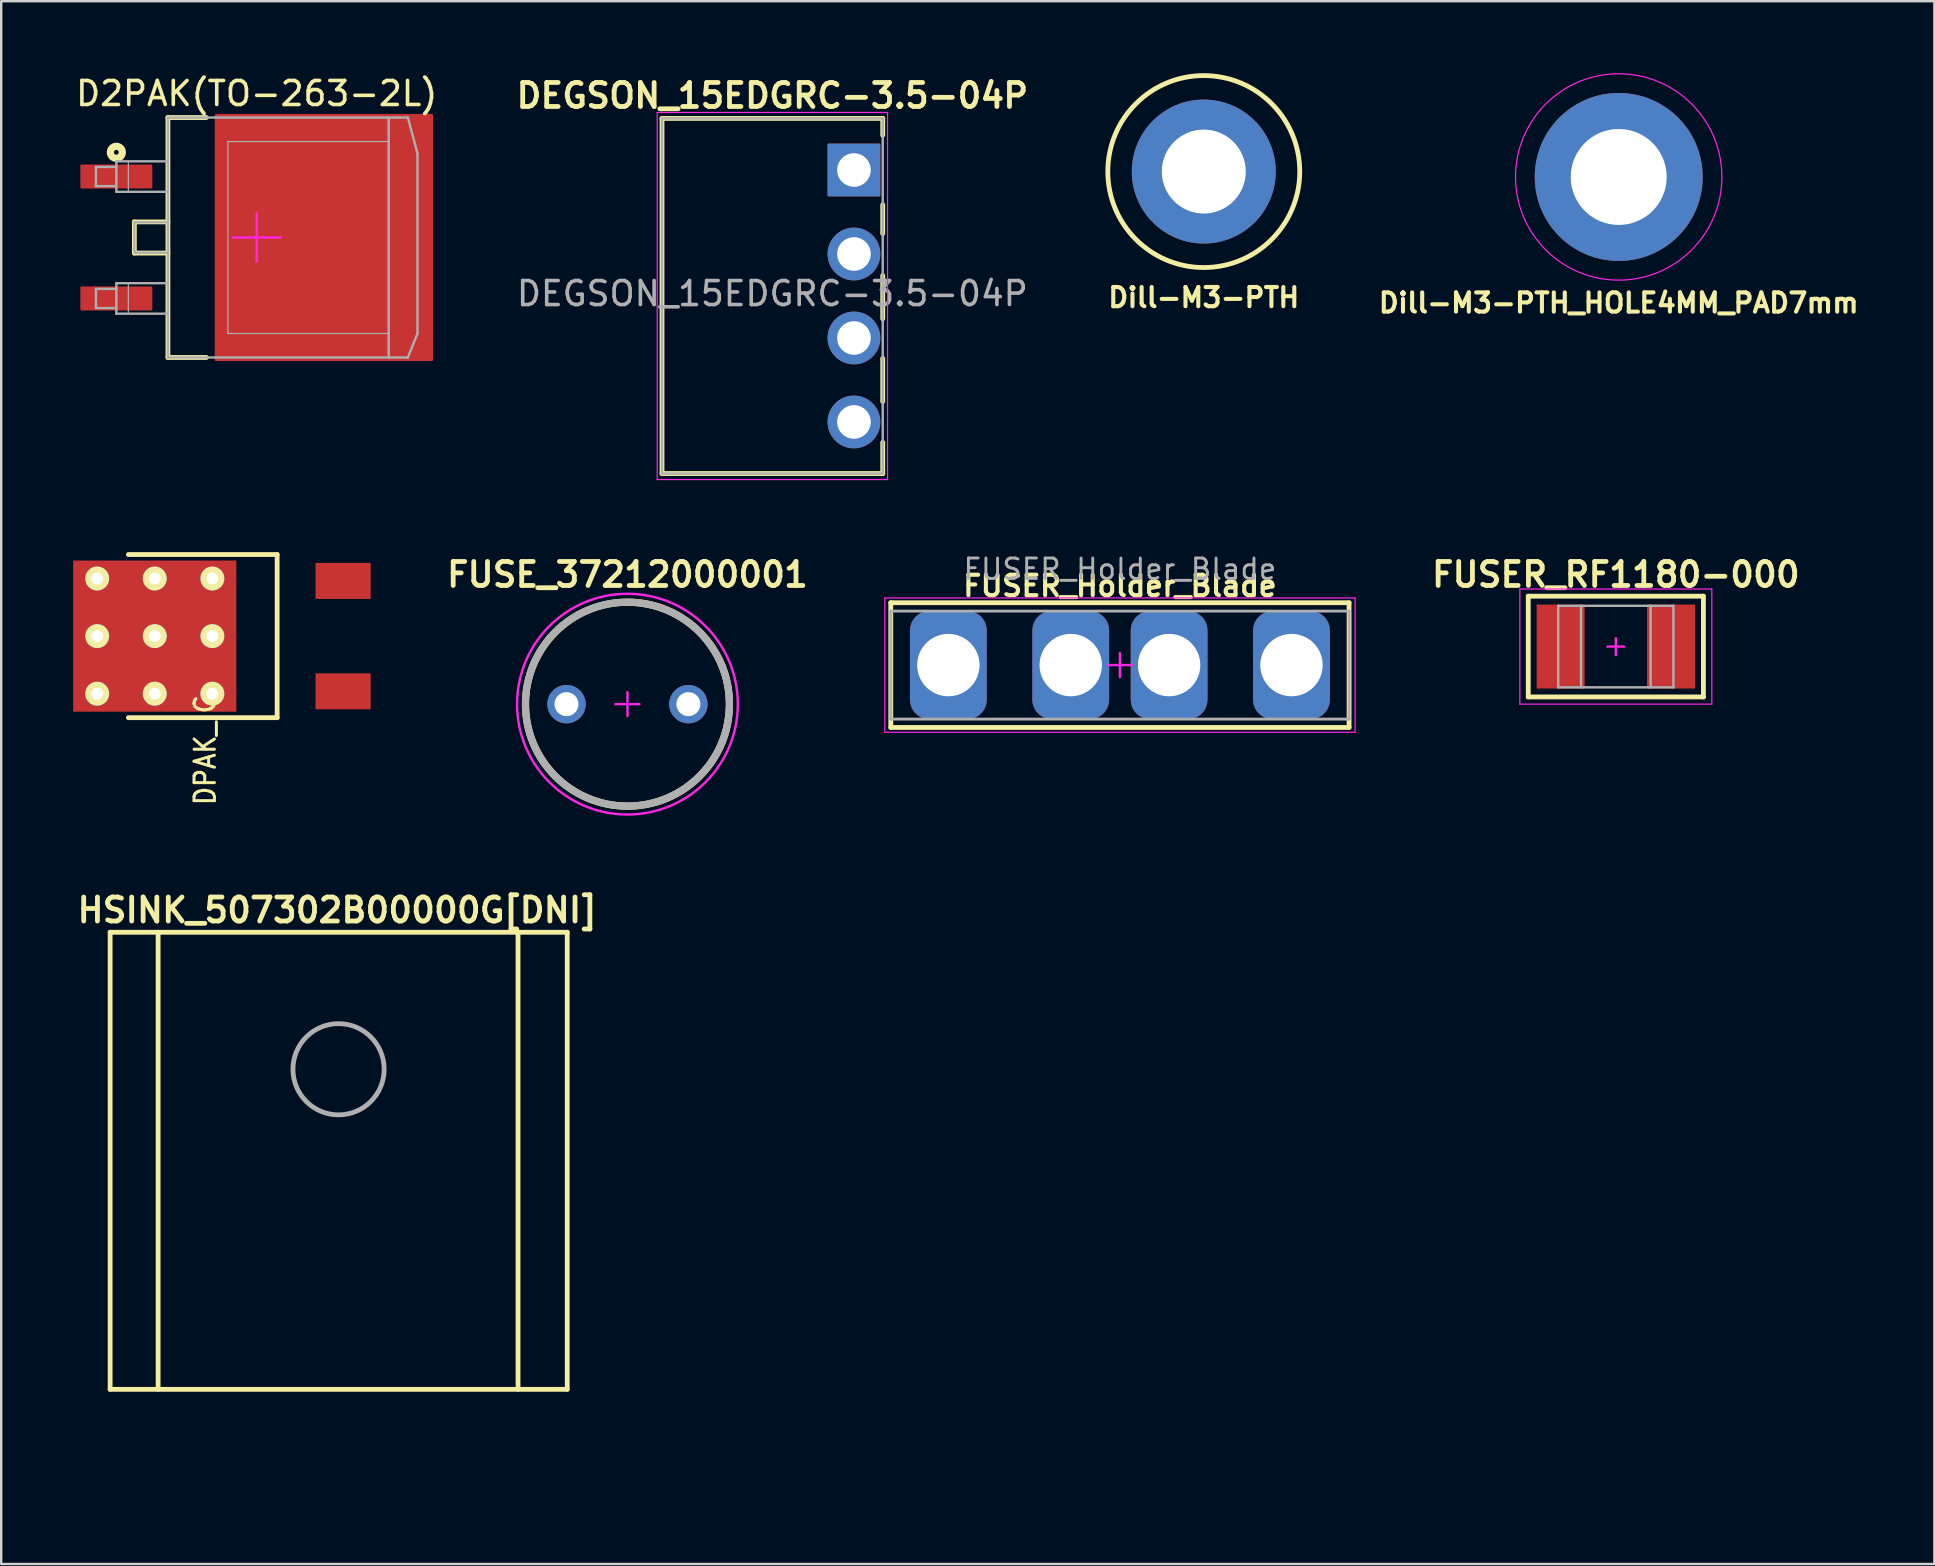
<source format=kicad_pcb>
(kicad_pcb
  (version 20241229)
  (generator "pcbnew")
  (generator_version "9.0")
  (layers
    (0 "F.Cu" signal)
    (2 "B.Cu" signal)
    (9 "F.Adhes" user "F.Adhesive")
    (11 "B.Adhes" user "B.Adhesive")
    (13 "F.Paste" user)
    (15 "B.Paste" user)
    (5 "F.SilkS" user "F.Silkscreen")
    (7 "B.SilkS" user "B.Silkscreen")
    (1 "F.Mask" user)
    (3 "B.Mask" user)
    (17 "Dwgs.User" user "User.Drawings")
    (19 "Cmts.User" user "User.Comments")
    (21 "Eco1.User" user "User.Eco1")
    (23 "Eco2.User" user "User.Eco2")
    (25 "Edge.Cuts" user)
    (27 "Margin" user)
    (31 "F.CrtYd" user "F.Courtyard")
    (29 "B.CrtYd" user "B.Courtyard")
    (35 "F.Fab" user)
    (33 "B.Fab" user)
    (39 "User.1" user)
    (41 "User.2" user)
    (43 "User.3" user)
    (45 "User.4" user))
  (footprint "FUSER_RF1180-000"
    (layer "F.Cu")
    (at 64.293 23.897)
    (property "Reference" "FUSER_RF1180-000" (at 0 -3 0) (layer "F.SilkS") (effects (font (size 1 1) (thickness 0.2))))
    (attr through_hole)
    (fp_line (start -3.25 -1.7) (end -1.35 -1.7) (stroke (width 0.1) (type solid)) (layer "F.Cu"))
    (fp_line (start -3.25 1.7) (end -3.25 -1.7) (stroke (width 0.1) (type solid)) (layer "F.Cu"))
    (fp_line (start -1.35 -1.7) (end -1.35 1.7) (stroke (width 0.1) (type solid)) (layer "F.Cu"))
    (fp_line (start -1.35 1.7) (end -3.25 1.7) (stroke (width 0.1) (type solid)) (layer "F.Cu"))
    (fp_line (start 1.35 -1.7) (end 3.25 -1.7) (stroke (width 0.1) (type solid)) (layer "F.Cu"))
    (fp_line (start 1.35 1.7) (end 1.35 -1.7) (stroke (width 0.1) (type solid)) (layer "F.Cu"))
    (fp_line (start 3.25 -1.7) (end 3.25 1.7) (stroke (width 0.1) (type solid)) (layer "F.Cu"))
    (fp_line (start 3.25 1.7) (end 1.35 1.7) (stroke (width 0.1) (type solid)) (layer "F.Cu"))
    (fp_line (start -3.25 -1.7) (end -3.25 1.7) (stroke (width 0.3) (type solid)) (layer "F.Mask"))
    (fp_line (start -3.25 1.7) (end -1.35 1.7) (stroke (width 0.3) (type solid)) (layer "F.Mask"))
    (fp_line (start -1.35 -1.7) (end -3.25 -1.7) (stroke (width 0.3) (type solid)) (layer "F.Mask"))
    (fp_line (start -1.35 1.7) (end -1.35 -1.7) (stroke (width 0.3) (type solid)) (layer "F.Mask"))
    (fp_line (start 1.35 -1.7) (end 1.35 1.7) (stroke (width 0.3) (type solid)) (layer "F.Mask"))
    (fp_line (start 1.35 1.7) (end 3.25 1.7) (stroke (width 0.3) (type solid)) (layer "F.Mask"))
    (fp_line (start 3.25 -1.7) (end 1.35 -1.7) (stroke (width 0.3) (type solid)) (layer "F.Mask"))
    (fp_line (start 3.25 1.7) (end 3.25 -1.7) (stroke (width 0.3) (type solid)) (layer "F.Mask"))
    (fp_line (start -3.65 -2.1) (end -3.65 2.1) (stroke (width 0.2) (type solid)) (layer "F.SilkS"))
    (fp_line (start -3.65 -2.1) (end 3.65 -2.1) (stroke (width 0.2) (type solid)) (layer "F.SilkS"))
    (fp_line (start 3.65 -2.1) (end 3.65 2.1) (stroke (width 0.2) (type solid)) (layer "F.SilkS"))
    (fp_line (start 3.65 2.1) (end -3.65 2.1) (stroke (width 0.2) (type solid)) (layer "F.SilkS"))
    (fp_line (start -3.25 -1.7) (end -1.35 -1.7) (stroke (width 0.05) (type solid)) (layer "F.Paste"))
    (fp_line (start -3.25 1.7) (end -3.25 -1.7) (stroke (width 0.05) (type solid)) (layer "F.Paste"))
    (fp_line (start -1.35 -1.7) (end -1.35 1.7) (stroke (width 0.05) (type solid)) (layer "F.Paste"))
    (fp_line (start -1.35 1.7) (end -3.25 1.7) (stroke (width 0.05) (type solid)) (layer "F.Paste"))
    (fp_line (start 1.35 -1.7) (end 3.25 -1.7) (stroke (width 0.05) (type solid)) (layer "F.Paste"))
    (fp_line (start 1.35 1.7) (end 1.35 -1.7) (stroke (width 0.05) (type solid)) (layer "F.Paste"))
    (fp_line (start 3.25 -1.7) (end 3.25 1.7) (stroke (width 0.05) (type solid)) (layer "F.Paste"))
    (fp_line (start 3.25 1.7) (end 1.35 1.7) (stroke (width 0.05) (type solid)) (layer "F.Paste"))
    (fp_line (start -4 -2.4) (end 4 -2.4) (stroke (width 0.05) (type solid)) (layer "F.CrtYd"))
    (fp_line (start -4 2.4) (end -4 -2.4) (stroke (width 0.05) (type solid)) (layer "F.CrtYd"))
    (fp_line (start -0.35 0) (end 0.35 0) (stroke (width 0.1) (type solid)) (layer "F.CrtYd"))
    (fp_line (start 0 -0.35) (end 0 0.35) (stroke (width 0.1) (type solid)) (layer "F.CrtYd"))
    (fp_line (start 4 -2.4) (end 4 2.4) (stroke (width 0.05) (type solid)) (layer "F.CrtYd"))
    (fp_line (start 4 2.4) (end -4 2.4) (stroke (width 0.05) (type solid)) (layer "F.CrtYd"))
    (fp_line (start -2.4 -1.7) (end -2.4 1.7) (stroke (width 0.1) (type solid)) (layer "F.Fab"))
    (fp_line (start -2.4 1.7) (end 2.4 1.7) (stroke (width 0.1) (type solid)) (layer "F.Fab"))
    (fp_line (start -1.45 -1.7) (end -1.45 1.7) (stroke (width 0.1) (type solid)) (layer "F.Fab"))
    (fp_line (start 1.45 -1.7) (end 1.45 1.7) (stroke (width 0.1) (type solid)) (layer "F.Fab"))
    (fp_line (start 2.4 -1.7) (end -2.4 -1.7) (stroke (width 0.1) (type solid)) (layer "F.Fab"))
    (fp_line (start 2.4 1.7) (end 2.4 -1.7) (stroke (width 0.1) (type solid)) (layer "F.Fab"))
    (pad "1" smd rect (at -2.3 0) (size 1.9 3.4) (layers "F.Cu" "F.Mask" "F.Paste"))
    (pad "2" smd rect (at 2.3 0) (size 1.9 3.4) (layers "F.Cu" "F.Mask" "F.Paste")))
  (footprint "Dill-M3-PTH"
    (layer "F.Cu")
    (at 47.12 4.1)
    (property "Reference" "Dill-M3-PTH" (at 0 5.25 0) (layer "F.SilkS") (effects (font (size 0.8 0.8) (thickness 0.17))))
    (attr through_hole)
    (fp_circle (center 0 0) (end 4 0) (stroke (width 0.2) (type solid)) (fill no) (layer "F.SilkS"))
    (pad "" thru_hole circle (at 0 0) (size 6 6) (drill 3.5) (layers "*.Cu" "*.Mask")))
  (footprint "HSINK_507302B00000G[DNI]"
    (layer "F.Cu")
    (at 11.06 58.883)
    (property "Reference" "HSINK_507302B00000G[DNI]" (at -0.05 -24 0) (layer "F.SilkS") (effects (font (size 1 1) (thickness 0.2))))
    (attr through_hole)
    (fp_line (start -9.52 -23.08) (end 9.53 -23.08) (stroke (width 0.2) (type solid)) (layer "F.SilkS"))
    (fp_line (start -9.52 -4.03) (end -9.52 -23.08) (stroke (width 0.2) (type solid)) (layer "F.SilkS"))
    (fp_line (start -9.52 -4.03) (end 9.53 -4.03) (stroke (width 0.2) (type solid)) (layer "F.SilkS"))
    (fp_line (start -7.52 -4.03) (end -7.52 -23.08) (stroke (width 0.2) (type solid)) (layer "F.SilkS"))
    (fp_line (start 7.48 -4.03) (end 7.48 -23.08) (stroke (width 0.2) (type solid)) (layer "F.SilkS"))
    (fp_line (start 9.53 -4.03) (end 9.53 -23.08) (stroke (width 0.2) (type solid)) (layer "F.SilkS"))
    (fp_circle (center 0 -17.37) (end 1.9 -17.42) (stroke (width 0.2) (type solid)) (fill no) (layer "F.Fab")))
  (footprint "Dill-M3-PTH_HOLE4MM_PAD7mm"
    (layer "F.Cu")
    (at 64.413 4.325)
    (property "Reference" "Dill-M3-PTH_HOLE4MM_PAD7mm" (at 0 5.25 0) (layer "F.SilkS") (effects (font (size 0.8 0.8) (thickness 0.17))))
    (attr through_hole)
    (fp_line (start -0.5 0) (end 0.5 0) (stroke (width 0.1) (type solid)) (layer "F.CrtYd"))
    (fp_line (start 0 -0.5) (end 0 0.5) (stroke (width 0.1) (type solid)) (layer "F.CrtYd"))
    (fp_circle (center 0 0) (end 4.3 0) (stroke (width 0.05) (type solid)) (fill no) (layer "F.CrtYd"))
    (pad "1" thru_hole circle (at 0 0) (size 7 7) (drill 4) (layers "*.Cu" "*.Mask")))
  (footprint "DPAK_IC"
    (layer "F.Cu")
    (at 6.2 23.461)
    (property "Reference" "DPAK_IC" (at -0.7 4.75 90) (layer "F.SilkS") (effects (font (size 0.85 0.75) (thickness 0.125))))
    (attr through_hole)
    (fp_line (start 2.3 -3.4) (end -3.9 -3.4) (stroke (width 0.2) (type solid)) (layer "F.SilkS"))
    (fp_line (start 2.3 -3.4) (end 2.3 3.4) (stroke (width 0.2) (type solid)) (layer "F.SilkS"))
    (fp_line (start 2.3 3.4) (end -3.9 3.4) (stroke (width 0.2) (type solid)) (layer "F.SilkS"))
    (pad "1" smd rect (at 5.05 2.3 90) (size 1.5 2.3) (layers "F.Cu" "F.Mask" "F.Paste"))
    (pad "2" thru_hole circle (at -5.2 -2.4) (size 1 1) (drill 0.5) (layers "*.Cu" "*.Mask" "F.SilkS"))
    (pad "2" thru_hole circle (at -5.2 0) (size 1 1) (drill 0.5) (layers "*.Cu" "*.Mask" "F.SilkS"))
    (pad "2" thru_hole circle (at -5.2 2.4) (size 1 1) (drill 0.5) (layers "*.Cu" "*.Mask" "F.SilkS"))
    (pad "2" thru_hole circle (at -2.8 -2.4) (size 1 1) (drill 0.5) (layers "*.Cu" "*.Mask" "F.SilkS"))
    (pad "2" thru_hole circle (at -2.8 0) (size 1 1) (drill 0.5) (layers "*.Cu" "*.Mask" "F.SilkS"))
    (pad "2" smd rect (at -2.8 0 90) (size 6.3 6.8) (layers "F.Cu" "F.Mask" "F.Paste"))
    (pad "2" thru_hole circle (at -2.8 2.4) (size 1 1) (drill 0.5) (layers "*.Cu" "*.Mask" "F.SilkS"))
    (pad "2" thru_hole circle (at -0.4 -2.4) (size 1 1) (drill 0.5) (layers "*.Cu" "*.Mask" "F.SilkS"))
    (pad "2" thru_hole circle (at -0.4 0) (size 1 1) (drill 0.5) (layers "*.Cu" "*.Mask" "F.SilkS"))
    (pad "2" thru_hole circle (at -0.4 2.4) (size 1 1) (drill 0.5) (layers "*.Cu" "*.Mask" "F.SilkS"))
    (pad "3" smd rect (at 5.05 -2.3 90) (size 1.5 2.3) (layers "F.Cu" "F.Mask" "F.Paste")))
  (footprint "FUSE_37212000001"
    (layer "F.Cu")
    (at 23.1 26.297)
    (property "Reference" "FUSE_37212000001" (at 0 -5.4 0) (layer "F.SilkS") (effects (font (size 1 1) (thickness 0.2))))
    (attr through_hole)
    (fp_circle (center 0 0) (end 4.25 0) (stroke (width 0.3) (type solid)) (fill no) (layer "F.SilkS"))
    (fp_line (start -0.5 0) (end 0.5 0) (stroke (width 0.1) (type solid)) (layer "F.CrtYd"))
    (fp_line (start 0 -0.5) (end 0 0.5) (stroke (width 0.1) (type solid)) (layer "F.CrtYd"))
    (fp_circle (center 0 0) (end 4.6 0) (stroke (width 0.1) (type solid)) (fill no) (layer "F.CrtYd"))
    (fp_circle (center 0 0) (end 4.25 0) (stroke (width 0.3) (type solid)) (fill no) (layer "F.Fab"))
    (pad "1" thru_hole circle (at -2.54 0) (size 1.6 1.6) (drill 1) (layers "*.Cu" "*.Mask"))
    (pad "2" thru_hole circle (at 2.54 0) (size 1.6 1.6) (drill 1) (layers "*.Cu" "*.Mask")))
  (footprint "DEGSON_15EDGRC-3.5-04P"
    (layer "F.Cu")
    (at 24.54 9.286)
    (property "Reference" "DEGSON_15EDGRC-3.5-04P" (at 4.6 -8.35 0) (layer "F.SilkS") (effects (font (size 1 1) (thickness 0.2))))
    (attr through_hole)
    (fp_line (start 0 -7.4) (end 9.2 -7.4) (stroke (width 0.2) (type solid)) (layer "F.SilkS"))
    (fp_line (start 0 7.4) (end 0 -7.4) (stroke (width 0.2) (type solid)) (layer "F.SilkS"))
    (fp_line (start 0 7.4) (end 9.2 7.4) (stroke (width 0.2) (type solid)) (layer "F.SilkS"))
    (fp_line (start 9.2 -7.4) (end 9.2 -6.7) (stroke (width 0.2) (type solid)) (layer "F.SilkS"))
    (fp_line (start 9.2 -3.8) (end 9.2 -2.6) (stroke (width 0.2) (type solid)) (layer "F.SilkS"))
    (fp_line (start 9.2 -0.85) (end 9.2 0.95) (stroke (width 0.2) (type solid)) (layer "F.SilkS"))
    (fp_line (start 9.2 2.6) (end 9.2 4.4) (stroke (width 0.2) (type solid)) (layer "F.SilkS"))
    (fp_line (start 9.2 7.4) (end 9.2 6.1) (stroke (width 0.2) (type solid)) (layer "F.SilkS"))
    (fp_line (start -0.2 -7.65) (end 9.4 -7.65) (stroke (width 0.05) (type solid)) (layer "F.CrtYd"))
    (fp_line (start -0.2 7.65) (end -0.2 -7.65) (stroke (width 0.05) (type solid)) (layer "F.CrtYd"))
    (fp_line (start 9.4 -7.65) (end 9.4 7.65) (stroke (width 0.05) (type solid)) (layer "F.CrtYd"))
    (fp_line (start 9.4 7.65) (end -0.2 7.65) (stroke (width 0.05) (type solid)) (layer "F.CrtYd"))
    (fp_line (start 0 -7.4) (end 9.2 -7.4) (stroke (width 0.1) (type solid)) (layer "F.Fab"))
    (fp_line (start 0 7.4) (end 0 -7.4) (stroke (width 0.1) (type solid)) (layer "F.Fab"))
    (fp_line (start 9.2 -7.4) (end 9.2 7.4) (stroke (width 0.1) (type solid)) (layer "F.Fab"))
    (fp_line (start 9.2 7.4) (end 0 7.4) (stroke (width 0.1) (type solid)) (layer "F.Fab"))
    (fp_text user "${REFERENCE}" (at 4.6 -0.1 0) (layer "F.Fab") (effects (font (size 1 1) (thickness 0.15))))
    (pad "1" thru_hole roundrect (at 8 -5.25) (size 2.2 2.2) (drill 1.4) (layers "*.Cu" "*.Mask") (roundrect_rratio 0.023))
    (pad "2" thru_hole circle (at 8 -1.75) (size 2.2 2.2) (drill 1.4) (layers "*.Cu" "*.Mask"))
    (pad "3" thru_hole circle (at 8 1.75) (size 2.2 2.2) (drill 1.4) (layers "*.Cu" "*.Mask"))
    (pad "4" thru_hole circle (at 8 5.25) (size 2.2 2.2) (drill 1.4) (layers "*.Cu" "*.Mask")))
  (footprint "D2PAK(TO-263-2L)"
    (layer "F.Cu")
    (at 7.649 6.848)
    (property "Reference" "D2PAK(TO-263-2L)" (at 0 -6 0) (layer "F.SilkS") (effects (font (size 1 1) (thickness 0.15))))
    (attr through_hole)
    (fp_line (start -5.1 -0.65) (end -3.7 -0.65) (stroke (width 0.2) (type solid)) (layer "F.SilkS"))
    (fp_line (start -5.1 0.65) (end -5.1 -0.65) (stroke (width 0.2) (type solid)) (layer "F.SilkS"))
    (fp_line (start -3.7 -5) (end -3.7 5) (stroke (width 0.2) (type solid)) (layer "F.SilkS"))
    (fp_line (start -3.7 -5) (end -2.1 -5) (stroke (width 0.2) (type solid)) (layer "F.SilkS"))
    (fp_line (start -3.7 0.65) (end -5.1 0.65) (stroke (width 0.2) (type solid)) (layer "F.SilkS"))
    (fp_line (start -3.7 5) (end -2.1 5) (stroke (width 0.2) (type solid)) (layer "F.SilkS"))
    (fp_circle (center -5.85 -3.55) (end -5.75 -3.55) (stroke (width 0.3) (type solid)) (fill no) (layer "F.SilkS"))
    (fp_line (start 0 -1) (end 0 1) (stroke (width 0.1) (type solid)) (layer "F.CrtYd"))
    (fp_line (start 1 0) (end -1 0) (stroke (width 0.1) (type solid)) (layer "F.CrtYd"))
    (fp_line (start -6.7 -2.94) (end -6.7 -2.14) (stroke (width 0.1) (type solid)) (layer "F.Fab"))
    (fp_line (start -6.7 -2.94) (end -5.85 -2.94) (stroke (width 0.1) (type solid)) (layer "F.Fab"))
    (fp_line (start -6.7 -2.14) (end -5.85 -2.14) (stroke (width 0.1) (type solid)) (layer "F.Fab"))
    (fp_line (start -6.7 2.14) (end -6.7 2.94) (stroke (width 0.1) (type solid)) (layer "F.Fab"))
    (fp_line (start -6.7 2.14) (end -5.85 2.14) (stroke (width 0.1) (type solid)) (layer "F.Fab"))
    (fp_line (start -6.7 2.94) (end -5.85 2.94) (stroke (width 0.1) (type solid)) (layer "F.Fab"))
    (fp_line (start -5.85 -3.175) (end -5.85 -1.905) (stroke (width 0.1) (type solid)) (layer "F.Fab"))
    (fp_line (start -5.85 1.905) (end -5.85 3.175) (stroke (width 0.1) (type solid)) (layer "F.Fab"))
    (fp_line (start -5.35 -3.175) (end -5.35 -1.905) (stroke (width 0.05) (type solid)) (layer "F.Fab"))
    (fp_line (start -5.35 1.905) (end -5.35 3.175) (stroke (width 0.05) (type solid)) (layer "F.Fab"))
    (fp_line (start -5.1 -0.635) (end -5.1 0.635) (stroke (width 0.1) (type solid)) (layer "F.Fab"))
    (fp_line (start -3.7 -5) (end -3.7 5) (stroke (width 0.1) (type solid)) (layer "F.Fab"))
    (fp_line (start -3.7 -5) (end 6.3 -5) (stroke (width 0.1) (type solid)) (layer "F.Fab"))
    (fp_line (start -3.7 -3.175) (end -5.85 -3.175) (stroke (width 0.1) (type solid)) (layer "F.Fab"))
    (fp_line (start -3.7 -1.905) (end -5.85 -1.905) (stroke (width 0.1) (type solid)) (layer "F.Fab"))
    (fp_line (start -3.7 -0.635) (end -5.1 -0.635) (stroke (width 0.1) (type solid)) (layer "F.Fab"))
    (fp_line (start -3.7 0.635) (end -5.1 0.635) (stroke (width 0.1) (type solid)) (layer "F.Fab"))
    (fp_line (start -3.7 1.905) (end -5.85 1.905) (stroke (width 0.1) (type solid)) (layer "F.Fab"))
    (fp_line (start -3.7 3.175) (end -5.85 3.175) (stroke (width 0.1) (type solid)) (layer "F.Fab"))
    (fp_line (start -3.7 5) (end 6.3 5) (stroke (width 0.1) (type solid)) (layer "F.Fab"))
    (fp_line (start -1.2 -4) (end -1.2 4) (stroke (width 0.05) (type solid)) (layer "F.Fab"))
    (fp_line (start 5.5 -5) (end 5.5 5) (stroke (width 0.1) (type solid)) (layer "F.Fab"))
    (fp_line (start 5.5 -4) (end -1.2 -4) (stroke (width 0.05) (type solid)) (layer "F.Fab"))
    (fp_line (start 5.5 4) (end -1.2 4) (stroke (width 0.05) (type solid)) (layer "F.Fab"))
    (fp_line (start 6.3 -5) (end 6.7 -3.5) (stroke (width 0.1) (type solid)) (layer "F.Fab"))
    (fp_line (start 6.7 -3.5) (end 6.7 4) (stroke (width 0.1) (type solid)) (layer "F.Fab"))
    (fp_line (start 6.7 4) (end 6.3 5) (stroke (width 0.1) (type solid)) (layer "F.Fab"))
    (pad "D" smd roundrect (at 2.8 0) (size 9.1 10.3) (layers "F.Cu" "F.Mask" "F.Paste") (roundrect_rratio 0.006))
    (pad "G" smd roundrect (at -5.85 -2.54) (size 3 1) (layers "F.Cu" "F.Mask" "F.Paste") (roundrect_rratio 0.05))
    (pad "S" smd roundrect (at -5.85 2.54) (size 3 1) (layers "F.Cu" "F.Mask" "F.Paste") (roundrect_rratio 0.05)))
  (footprint "FUSER_Holder_Blade"
    (layer "F.Cu")
    (at 43.625 24.669)
    (property "Reference" "FUSER_Holder_Blade" (at 0 -3.3 0) (layer "F.SilkS") (effects (font (size 0.85 0.85) (thickness 0.17))))
    (attr through_hole)
    (fp_line (start -9.55 -2.6) (end -9.55 2.6) (stroke (width 0.2) (type solid)) (layer "F.SilkS"))
    (fp_line (start -9.55 2.6) (end 9.55 2.6) (stroke (width 0.2) (type solid)) (layer "F.SilkS"))
    (fp_line (start 9.55 -2.6) (end -9.55 -2.6) (stroke (width 0.2) (type solid)) (layer "F.SilkS"))
    (fp_line (start 9.55 2.6) (end 9.55 -2.6) (stroke (width 0.2) (type solid)) (layer "F.SilkS"))
    (fp_line (start -9.8 -2.8) (end 9.8 -2.8) (stroke (width 0.05) (type solid)) (layer "F.CrtYd"))
    (fp_line (start -9.8 2.8) (end -9.8 -2.8) (stroke (width 0.05) (type solid)) (layer "F.CrtYd"))
    (fp_line (start -0.5 0) (end 0.5 0) (stroke (width 0.1) (type solid)) (layer "F.CrtYd"))
    (fp_line (start 0 -0.5) (end 0 0.5) (stroke (width 0.1) (type solid)) (layer "F.CrtYd"))
    (fp_line (start 9.8 -2.8) (end 9.8 2.8) (stroke (width 0.05) (type solid)) (layer "F.CrtYd"))
    (fp_line (start 9.8 2.8) (end -9.8 2.8) (stroke (width 0.05) (type solid)) (layer "F.CrtYd"))
    (fp_line (start -9.55 -2.25) (end -9.55 2.25) (stroke (width 0.12) (type solid)) (layer "F.Fab"))
    (fp_line (start -9.55 -2.25) (end 9.55 -2.25) (stroke (width 0.12) (type solid)) (layer "F.Fab"))
    (fp_line (start -9.55 2.25) (end 9.55 2.25) (stroke (width 0.12) (type solid)) (layer "F.Fab"))
    (fp_line (start 9.55 -2.25) (end 9.55 2.25) (stroke (width 0.12) (type solid)) (layer "F.Fab"))
    (fp_text user "${REFERENCE}" (at 0 -4 0) (layer "F.Fab") (effects (font (size 0.85 0.85) (thickness 0.12))))
    (pad "1" thru_hole roundrect (at -7.15 0) (size 3.2 4.5) (drill 2.6) (layers "*.Cu" "*.Mask") (roundrect_rratio 0.25))
    (pad "1" thru_hole roundrect (at -2.05 0) (size 3.2 4.5) (drill 2.6) (layers "*.Cu" "*.Mask") (roundrect_rratio 0.25))
    (pad "2" thru_hole roundrect (at 2.05 0) (size 3.2 4.5) (drill 2.6) (layers "*.Cu" "*.Mask") (roundrect_rratio 0.25))
    (pad "2" thru_hole roundrect (at 7.15 0) (size 3.2 4.5) (drill 2.6) (layers "*.Cu" "*.Mask") (roundrect_rratio 0.25)))
  (gr_rect
    (start -3 -3)
    (end 77.569 62.133)
    (stroke (width 0.1) (type default))
    (fill no)
    (layer "Edge.Cuts")))
</source>
